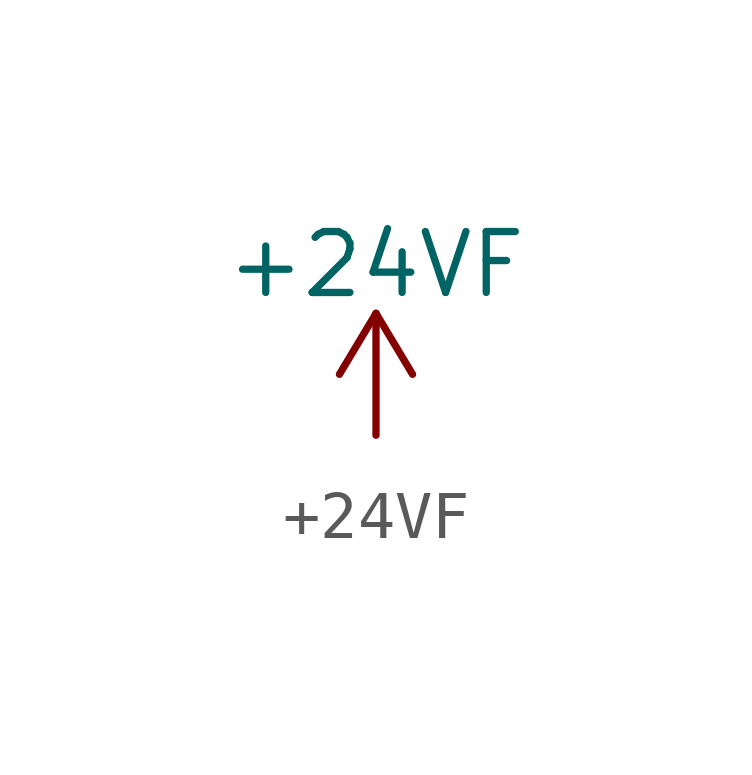
<source format=kicad_sym>
(kicad_symbol_lib
  (version 20220914)
  (generator kicad_symbol_editor)
  (symbol "+24VF"
    (power)
    (pin_names
      (offset 0))
    (property "Reference" "#PWR"
      (at 0 -3.81 0)
      (effects (font (size 1.27 1.27)) hide))
    (property "Value" "+24VF"
      (at 0 3.556 0)
      (effects (font (size 1.27 1.27))))
    (symbol "+24VF_0_1"
      (polyline (pts (xy -0.762 1.27) (xy 0 2.54)) (stroke (width 0) (type default)) (fill (type none)))
      (polyline (pts (xy 0 0) (xy 0 2.54)) (stroke (width 0) (type default)) (fill (type none)))
      (polyline (pts (xy 0 2.54) (xy 0.762 1.27)) (stroke (width 0) (type default)) (fill (type none))))
    (symbol "+24VF_1_1"
      (pin power_in line (at 0 0 90) (length 0) hide (name "+24VF" (effects (font (size 1.27 1.27)))) (number "1" (effects (font (size 1.27 1.27))))))))
</source>
